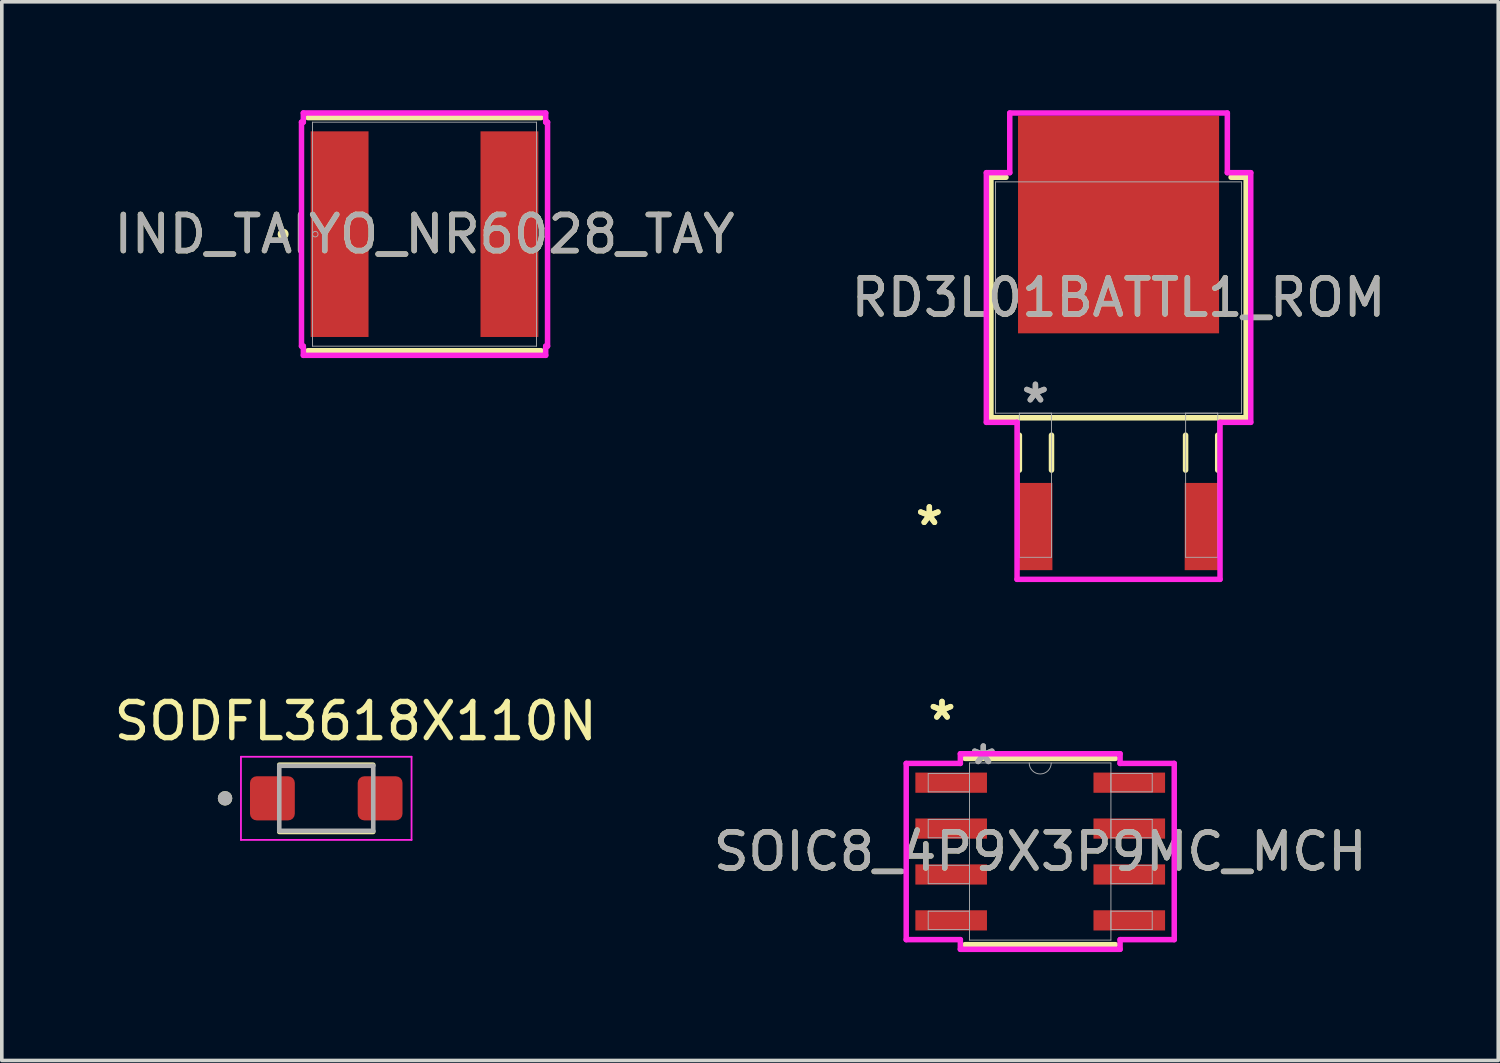
<source format=kicad_pcb>
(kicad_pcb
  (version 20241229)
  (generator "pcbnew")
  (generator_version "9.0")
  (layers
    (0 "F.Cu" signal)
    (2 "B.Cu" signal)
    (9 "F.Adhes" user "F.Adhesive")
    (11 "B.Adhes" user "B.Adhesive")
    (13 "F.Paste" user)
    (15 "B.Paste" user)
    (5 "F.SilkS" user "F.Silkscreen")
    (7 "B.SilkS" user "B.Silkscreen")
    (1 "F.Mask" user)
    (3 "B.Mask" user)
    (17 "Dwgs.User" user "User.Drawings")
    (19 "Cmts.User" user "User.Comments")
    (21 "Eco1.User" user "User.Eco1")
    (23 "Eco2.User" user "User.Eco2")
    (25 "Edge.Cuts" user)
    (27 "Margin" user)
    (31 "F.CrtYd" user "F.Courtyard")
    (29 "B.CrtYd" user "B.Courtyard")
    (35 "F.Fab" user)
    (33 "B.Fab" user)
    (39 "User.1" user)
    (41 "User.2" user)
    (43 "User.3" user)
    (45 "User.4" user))
  (footprint "SODFL3618X110N"
    (layer "F.Cu")
    (at 5.977 19.039)
    (property "Reference" "SODFL3618X110N" (at 0.815 -2.135 0) (layer "F.SilkS") (effects (font (size 1 1) (thickness 0.15))))
    (attr smd)
    (fp_line (start -1.3 -0.93) (end 1.3 -0.93) (stroke (width 0.127) (type solid)) (layer "F.SilkS"))
    (fp_line (start -1.3 0.93) (end 1.3 0.93) (stroke (width 0.127) (type solid)) (layer "F.SilkS"))
    (fp_circle (center -2.8 0) (end -2.7 0) (stroke (width 0.2) (type solid)) (fill no) (layer "F.SilkS"))
    (fp_line (start -2.36 -1.15) (end -2.36 1.15) (stroke (width 0.05) (type solid)) (layer "F.CrtYd"))
    (fp_line (start -2.36 1.15) (end 2.36 1.15) (stroke (width 0.05) (type solid)) (layer "F.CrtYd"))
    (fp_line (start 2.36 -1.15) (end -2.36 -1.15) (stroke (width 0.05) (type solid)) (layer "F.CrtYd"))
    (fp_line (start 2.36 1.15) (end 2.36 -1.15) (stroke (width 0.05) (type solid)) (layer "F.CrtYd"))
    (fp_line (start -1.3 -0.9) (end 1.3 -0.9) (stroke (width 0.127) (type solid)) (layer "F.Fab"))
    (fp_line (start -1.3 0.9) (end -1.3 -0.9) (stroke (width 0.127) (type solid)) (layer "F.Fab"))
    (fp_line (start 1.3 -0.9) (end 1.3 0.9) (stroke (width 0.127) (type solid)) (layer "F.Fab"))
    (fp_line (start 1.3 0.9) (end -1.3 0.9) (stroke (width 0.127) (type solid)) (layer "F.Fab"))
    (fp_circle (center -2.8 0) (end -2.7 0) (stroke (width 0.2) (type solid)) (fill no) (layer "F.Fab"))
    (pad "1" smd roundrect (at 1.49 0) (size 1.24 1.22) (layers "F.Cu" "F.Mask" "F.Paste") (roundrect_rratio 0.15))
    (pad "2" smd roundrect (at -1.49 0) (size 1.24 1.22) (layers "F.Cu" "F.Mask" "F.Paste") (roundrect_rratio 0.15)))
  (footprint "IND_TAIYO_NR6028_TAY"
    (layer "F.Cu")
    (at 8.696 3.429)
    (property "Reference" "IND_TAIYO_NR6028_TAY" (at 0 0 0) (unlocked yes) (layer "F.SilkS") (effects (font (size 1 1) (thickness 0.15))))
    (attr smd)
    (fp_line (start -3.226 3.226) (end 3.226 3.226) (stroke (width 0.152) (type solid)) (layer "F.SilkS"))
    (fp_line (start 3.226 -3.226) (end -3.226 -3.226) (stroke (width 0.152) (type solid)) (layer "F.SilkS"))
    (fp_circle (center -3.912 0) (end -3.835 0) (stroke (width 0.152) (type solid)) (fill no) (layer "F.SilkS"))
    (fp_line (start -3.404 -3.099) (end -3.353 -3.099) (stroke (width 0.152) (type solid)) (layer "F.CrtYd"))
    (fp_line (start -3.404 3.099) (end -3.404 -3.099) (stroke (width 0.152) (type solid)) (layer "F.CrtYd"))
    (fp_line (start -3.353 -3.353) (end 3.353 -3.353) (stroke (width 0.152) (type solid)) (layer "F.CrtYd"))
    (fp_line (start -3.353 -3.099) (end -3.353 -3.353) (stroke (width 0.152) (type solid)) (layer "F.CrtYd"))
    (fp_line (start -3.353 3.099) (end -3.404 3.099) (stroke (width 0.152) (type solid)) (layer "F.CrtYd"))
    (fp_line (start -3.353 3.353) (end -3.353 3.099) (stroke (width 0.152) (type solid)) (layer "F.CrtYd"))
    (fp_line (start 3.353 -3.353) (end 3.353 -3.099) (stroke (width 0.152) (type solid)) (layer "F.CrtYd"))
    (fp_line (start 3.353 -3.099) (end 3.404 -3.099) (stroke (width 0.152) (type solid)) (layer "F.CrtYd"))
    (fp_line (start 3.353 3.099) (end 3.353 3.353) (stroke (width 0.152) (type solid)) (layer "F.CrtYd"))
    (fp_line (start 3.353 3.353) (end -3.353 3.353) (stroke (width 0.152) (type solid)) (layer "F.CrtYd"))
    (fp_line (start 3.404 -3.099) (end 3.404 3.099) (stroke (width 0.152) (type solid)) (layer "F.CrtYd"))
    (fp_line (start 3.404 3.099) (end 3.353 3.099) (stroke (width 0.152) (type solid)) (layer "F.CrtYd"))
    (fp_line (start -3.099 -3.099) (end -3.099 3.099) (stroke (width 0.025) (type solid)) (layer "F.Fab"))
    (fp_line (start -3.099 3.099) (end 3.099 3.099) (stroke (width 0.025) (type solid)) (layer "F.Fab"))
    (fp_line (start 3.099 -3.099) (end -3.099 -3.099) (stroke (width 0.025) (type solid)) (layer "F.Fab"))
    (fp_line (start 3.099 3.099) (end 3.099 -3.099) (stroke (width 0.025) (type solid)) (layer "F.Fab"))
    (fp_circle (center -3.023 0) (end -2.946 0) (stroke (width 0.025) (type solid)) (fill no) (layer "F.Fab"))
    (fp_text user "${REFERENCE}" (at 0 0 0) (unlocked yes) (layer "F.Fab") (effects (font (size 1 1) (thickness 0.15))))
    (pad "1" smd rect (at -2.349 0) (size 1.6 5.69) (layers "F.Cu" "F.Mask" "F.Paste"))
    (pad "2" smd rect (at 2.349 0) (size 1.6 5.69) (layers "F.Cu" "F.Mask" "F.Paste"))
    (zone (net_name "") (layer "F.Cu") (hatch full 0.508) (connect_pads) (min_thickness 0.254) (filled_areas_thickness no) (keepout (tracks not_allowed) (vias not_allowed) (pads allowed) (copperpour not_allowed) (footprints allowed)) (placement (enabled no)) (fill) (polygon (pts (xy 7.198 0.381) (xy 10.195 0.381) (xy 10.195 6.477) (xy 7.198 6.477)))))
  (footprint "SOIC8_4P9X3P9MC_MCH"
    (layer "F.Cu")
    (at 25.732 20.511)
    (property "Reference" "SOIC8_4P9X3P9MC_MCH" (at 0 0 0) (unlocked yes) (layer "F.SilkS") (effects (font (size 1 1) (thickness 0.15))))
    (attr smd)
    (fp_line (start -2.083 2.578) (end 2.083 2.578) (stroke (width 0.152) (type solid)) (layer "F.SilkS"))
    (fp_line (start 2.083 -2.578) (end -2.083 -2.578) (stroke (width 0.152) (type solid)) (layer "F.SilkS"))
    (fp_line (start -3.708 -2.438) (end -2.21 -2.438) (stroke (width 0.152) (type solid)) (layer "F.CrtYd"))
    (fp_line (start -3.708 2.438) (end -3.708 -2.438) (stroke (width 0.152) (type solid)) (layer "F.CrtYd"))
    (fp_line (start -3.708 2.438) (end -2.21 2.438) (stroke (width 0.152) (type solid)) (layer "F.CrtYd"))
    (fp_line (start -2.21 -2.705) (end 2.21 -2.705) (stroke (width 0.152) (type solid)) (layer "F.CrtYd"))
    (fp_line (start -2.21 -2.438) (end -2.21 -2.705) (stroke (width 0.152) (type solid)) (layer "F.CrtYd"))
    (fp_line (start -2.21 2.705) (end -2.21 2.438) (stroke (width 0.152) (type solid)) (layer "F.CrtYd"))
    (fp_line (start 2.21 -2.705) (end 2.21 -2.438) (stroke (width 0.152) (type solid)) (layer "F.CrtYd"))
    (fp_line (start 2.21 2.438) (end 2.21 2.705) (stroke (width 0.152) (type solid)) (layer "F.CrtYd"))
    (fp_line (start 2.21 2.705) (end -2.21 2.705) (stroke (width 0.152) (type solid)) (layer "F.CrtYd"))
    (fp_line (start 3.708 -2.438) (end 2.21 -2.438) (stroke (width 0.152) (type solid)) (layer "F.CrtYd"))
    (fp_line (start 3.708 -2.438) (end 3.708 2.438) (stroke (width 0.152) (type solid)) (layer "F.CrtYd"))
    (fp_line (start 3.708 2.438) (end 2.21 2.438) (stroke (width 0.152) (type solid)) (layer "F.CrtYd"))
    (fp_line (start -3.099 -2.159) (end -3.099 -1.651) (stroke (width 0.025) (type solid)) (layer "F.Fab"))
    (fp_line (start -3.099 -1.651) (end -1.956 -1.651) (stroke (width 0.025) (type solid)) (layer "F.Fab"))
    (fp_line (start -3.099 -0.889) (end -3.099 -0.381) (stroke (width 0.025) (type solid)) (layer "F.Fab"))
    (fp_line (start -3.099 -0.381) (end -1.956 -0.381) (stroke (width 0.025) (type solid)) (layer "F.Fab"))
    (fp_line (start -3.099 0.381) (end -3.099 0.889) (stroke (width 0.025) (type solid)) (layer "F.Fab"))
    (fp_line (start -3.099 0.889) (end -1.956 0.889) (stroke (width 0.025) (type solid)) (layer "F.Fab"))
    (fp_line (start -3.099 1.651) (end -3.099 2.159) (stroke (width 0.025) (type solid)) (layer "F.Fab"))
    (fp_line (start -3.099 2.159) (end -1.956 2.159) (stroke (width 0.025) (type solid)) (layer "F.Fab"))
    (fp_line (start -1.956 -2.451) (end -1.956 2.451) (stroke (width 0.025) (type solid)) (layer "F.Fab"))
    (fp_line (start -1.956 -2.159) (end -3.099 -2.159) (stroke (width 0.025) (type solid)) (layer "F.Fab"))
    (fp_line (start -1.956 -1.651) (end -1.956 -2.159) (stroke (width 0.025) (type solid)) (layer "F.Fab"))
    (fp_line (start -1.956 -0.889) (end -3.099 -0.889) (stroke (width 0.025) (type solid)) (layer "F.Fab"))
    (fp_line (start -1.956 -0.381) (end -1.956 -0.889) (stroke (width 0.025) (type solid)) (layer "F.Fab"))
    (fp_line (start -1.956 0.381) (end -3.099 0.381) (stroke (width 0.025) (type solid)) (layer "F.Fab"))
    (fp_line (start -1.956 0.889) (end -1.956 0.381) (stroke (width 0.025) (type solid)) (layer "F.Fab"))
    (fp_line (start -1.956 1.651) (end -3.099 1.651) (stroke (width 0.025) (type solid)) (layer "F.Fab"))
    (fp_line (start -1.956 2.159) (end -1.956 1.651) (stroke (width 0.025) (type solid)) (layer "F.Fab"))
    (fp_line (start -1.956 2.451) (end 1.956 2.451) (stroke (width 0.025) (type solid)) (layer "F.Fab"))
    (fp_line (start 1.956 -2.451) (end -1.956 -2.451) (stroke (width 0.025) (type solid)) (layer "F.Fab"))
    (fp_line (start 1.956 -2.159) (end 1.956 -1.651) (stroke (width 0.025) (type solid)) (layer "F.Fab"))
    (fp_line (start 1.956 -1.651) (end 3.099 -1.651) (stroke (width 0.025) (type solid)) (layer "F.Fab"))
    (fp_line (start 1.956 -0.889) (end 1.956 -0.381) (stroke (width 0.025) (type solid)) (layer "F.Fab"))
    (fp_line (start 1.956 -0.381) (end 3.099 -0.381) (stroke (width 0.025) (type solid)) (layer "F.Fab"))
    (fp_line (start 1.956 0.381) (end 1.956 0.889) (stroke (width 0.025) (type solid)) (layer "F.Fab"))
    (fp_line (start 1.956 0.889) (end 3.099 0.889) (stroke (width 0.025) (type solid)) (layer "F.Fab"))
    (fp_line (start 1.956 1.651) (end 1.956 2.159) (stroke (width 0.025) (type solid)) (layer "F.Fab"))
    (fp_line (start 1.956 2.159) (end 3.099 2.159) (stroke (width 0.025) (type solid)) (layer "F.Fab"))
    (fp_line (start 1.956 2.451) (end 1.956 -2.451) (stroke (width 0.025) (type solid)) (layer "F.Fab"))
    (fp_line (start 3.099 -2.159) (end 1.956 -2.159) (stroke (width 0.025) (type solid)) (layer "F.Fab"))
    (fp_line (start 3.099 -1.651) (end 3.099 -2.159) (stroke (width 0.025) (type solid)) (layer "F.Fab"))
    (fp_line (start 3.099 -0.889) (end 1.956 -0.889) (stroke (width 0.025) (type solid)) (layer "F.Fab"))
    (fp_line (start 3.099 -0.381) (end 3.099 -0.889) (stroke (width 0.025) (type solid)) (layer "F.Fab"))
    (fp_line (start 3.099 0.381) (end 1.956 0.381) (stroke (width 0.025) (type solid)) (layer "F.Fab"))
    (fp_line (start 3.099 0.889) (end 3.099 0.381) (stroke (width 0.025) (type solid)) (layer "F.Fab"))
    (fp_line (start 3.099 1.651) (end 1.956 1.651) (stroke (width 0.025) (type solid)) (layer "F.Fab"))
    (fp_line (start 3.099 2.159) (end 3.099 1.651) (stroke (width 0.025) (type solid)) (layer "F.Fab"))
    (fp_arc (start 0.3048 -2.4511) (mid 0 -2.1463) (end -0.3048 -2.4511) (stroke (width 0.0254) (type solid)) (layer "F.Fab"))
    (fp_text user "*" (at -2.718 -3.607 0) (unlocked yes) (layer "F.SilkS") (effects (font (size 1 1) (thickness 0.15))))
    (fp_text user "*" (at -2.718 -3.607 0) (layer "F.SilkS") (effects (font (size 1 1) (thickness 0.15))))
    (fp_text user "${REFERENCE}" (at 0 0 0) (unlocked yes) (layer "F.Fab") (effects (font (size 1 1) (thickness 0.15))))
    (fp_text user "*" (at -1.575 -2.375 0) (unlocked yes) (layer "F.Fab") (effects (font (size 1 1) (thickness 0.15))))
    (fp_text user "*" (at -1.575 -2.375 0) (layer "F.Fab") (effects (font (size 1 1) (thickness 0.15))))
    (pad "1" smd rect (at -2.464 -1.905) (size 1.981 0.559) (layers "F.Cu" "F.Mask" "F.Paste"))
    (pad "2" smd rect (at -2.464 -0.635) (size 1.981 0.559) (layers "F.Cu" "F.Mask" "F.Paste"))
    (pad "3" smd rect (at -2.464 0.635) (size 1.981 0.559) (layers "F.Cu" "F.Mask" "F.Paste"))
    (pad "4" smd rect (at -2.464 1.905) (size 1.981 0.559) (layers "F.Cu" "F.Mask" "F.Paste"))
    (pad "5" smd rect (at 2.464 1.905) (size 1.981 0.559) (layers "F.Cu" "F.Mask" "F.Paste"))
    (pad "6" smd rect (at 2.464 0.635) (size 1.981 0.559) (layers "F.Cu" "F.Mask" "F.Paste"))
    (pad "7" smd rect (at 2.464 -0.635) (size 1.981 0.559) (layers "F.Cu" "F.Mask" "F.Paste"))
    (pad "8" smd rect (at 2.464 -1.905) (size 1.981 0.559) (layers "F.Cu" "F.Mask" "F.Paste")))
  (footprint "RD3L01BATTL1_ROM"
    (layer "F.Cu")
    (at 27.899 5.182)
    (property "Reference" "RD3L01BATTL1_ROM" (at 0 0 0) (unlocked yes) (layer "F.SilkS") (effects (font (size 1 1) (thickness 0.15))))
    (attr smd)
    (fp_line (start -3.531 -3.327) (end -3.531 3.327) (stroke (width 0.152) (type solid)) (layer "F.SilkS"))
    (fp_line (start -3.531 3.327) (end 3.531 3.327) (stroke (width 0.152) (type solid)) (layer "F.SilkS"))
    (fp_line (start -3.114 -3.327) (end -3.531 -3.327) (stroke (width 0.152) (type solid)) (layer "F.SilkS"))
    (fp_line (start -2.744 3.81) (end -2.744 4.775) (stroke (width 0.152) (type solid)) (layer "F.SilkS"))
    (fp_line (start -1.855 3.81) (end -1.855 4.775) (stroke (width 0.152) (type solid)) (layer "F.SilkS"))
    (fp_line (start 1.855 3.81) (end 1.855 4.775) (stroke (width 0.152) (type solid)) (layer "F.SilkS"))
    (fp_line (start 2.744 3.81) (end 2.744 4.775) (stroke (width 0.152) (type solid)) (layer "F.SilkS"))
    (fp_line (start 3.531 -3.327) (end 3.114 -3.327) (stroke (width 0.152) (type solid)) (layer "F.SilkS"))
    (fp_line (start 3.531 3.327) (end 3.531 -3.327) (stroke (width 0.152) (type solid)) (layer "F.SilkS"))
    (fp_line (start -3.658 -3.454) (end -3.01 -3.454) (stroke (width 0.152) (type solid)) (layer "F.CrtYd"))
    (fp_line (start -3.658 3.454) (end -3.658 -3.454) (stroke (width 0.152) (type solid)) (layer "F.CrtYd"))
    (fp_line (start -3.01 -5.105) (end 3.01 -5.105) (stroke (width 0.152) (type solid)) (layer "F.CrtYd"))
    (fp_line (start -3.01 -3.454) (end -3.01 -5.105) (stroke (width 0.152) (type solid)) (layer "F.CrtYd"))
    (fp_line (start -2.808 3.454) (end -3.658 3.454) (stroke (width 0.152) (type solid)) (layer "F.CrtYd"))
    (fp_line (start -2.808 7.798) (end -2.808 3.454) (stroke (width 0.152) (type solid)) (layer "F.CrtYd"))
    (fp_line (start 2.808 3.454) (end 2.808 7.798) (stroke (width 0.152) (type solid)) (layer "F.CrtYd"))
    (fp_line (start 2.808 7.798) (end -2.808 7.798) (stroke (width 0.152) (type solid)) (layer "F.CrtYd"))
    (fp_line (start 3.01 -5.105) (end 3.01 -3.454) (stroke (width 0.152) (type solid)) (layer "F.CrtYd"))
    (fp_line (start 3.01 -3.454) (end 3.658 -3.454) (stroke (width 0.152) (type solid)) (layer "F.CrtYd"))
    (fp_line (start 3.658 -3.454) (end 3.658 3.454) (stroke (width 0.152) (type solid)) (layer "F.CrtYd"))
    (fp_line (start 3.658 3.454) (end 2.808 3.454) (stroke (width 0.152) (type solid)) (layer "F.CrtYd"))
    (fp_line (start -3.404 -3.2) (end -3.404 3.2) (stroke (width 0.025) (type solid)) (layer "F.Fab"))
    (fp_line (start -3.404 3.2) (end 3.404 3.2) (stroke (width 0.025) (type solid)) (layer "F.Fab"))
    (fp_line (start -2.745 3.2) (end -2.745 7.188) (stroke (width 0.025) (type solid)) (layer "F.Fab"))
    (fp_line (start -2.745 7.188) (end -1.856 7.188) (stroke (width 0.025) (type solid)) (layer "F.Fab"))
    (fp_line (start -1.856 3.2) (end -2.745 3.2) (stroke (width 0.025) (type solid)) (layer "F.Fab"))
    (fp_line (start -1.856 7.188) (end -1.856 3.2) (stroke (width 0.025) (type solid)) (layer "F.Fab"))
    (fp_line (start 1.856 3.2) (end 1.856 7.188) (stroke (width 0.025) (type solid)) (layer "F.Fab"))
    (fp_line (start 1.856 7.188) (end 2.745 7.188) (stroke (width 0.025) (type solid)) (layer "F.Fab"))
    (fp_line (start 2.745 3.2) (end 1.856 3.2) (stroke (width 0.025) (type solid)) (layer "F.Fab"))
    (fp_line (start 2.745 7.188) (end 2.745 3.2) (stroke (width 0.025) (type solid)) (layer "F.Fab"))
    (fp_line (start 3.404 -3.2) (end -3.404 -3.2) (stroke (width 0.025) (type solid)) (layer "F.Fab"))
    (fp_line (start 3.404 3.2) (end 3.404 -3.2) (stroke (width 0.025) (type solid)) (layer "F.Fab"))
    (fp_text user "*" (at -5.235 6.337 0) (layer "F.SilkS") (effects (font (size 1 1) (thickness 0.15))))
    (fp_text user "*" (at -5.235 6.337 0) (unlocked yes) (layer "F.SilkS") (effects (font (size 1 1) (thickness 0.15))))
    (fp_text user "*" (at -2.3 2.946 0) (layer "F.Fab") (effects (font (size 1 1) (thickness 0.15))))
    (fp_text user "*" (at -2.3 2.946 0) (unlocked yes) (layer "F.Fab") (effects (font (size 1 1) (thickness 0.15))))
    (fp_text user "${REFERENCE}" (at 0 0 0) (unlocked yes) (layer "F.Fab") (effects (font (size 1 1) (thickness 0.15))))
    (pad "1" smd rect (at -2.3 6.337) (size 0.94 2.413) (layers "F.Cu" "F.Mask" "F.Paste"))
    (pad "2" smd rect (at 0 -2.019) (size 5.563 6.02) (layers "F.Cu" "F.Mask" "F.Paste"))
    (pad "3" smd rect (at 2.3 6.337) (size 0.94 2.413) (layers "F.Cu" "F.Mask" "F.Paste")))
  (gr_rect
    (start -3 -3)
    (end 38.405 26.292)
    (stroke (width 0.1) (type default))
    (fill no)
    (layer "Edge.Cuts")))
</source>
